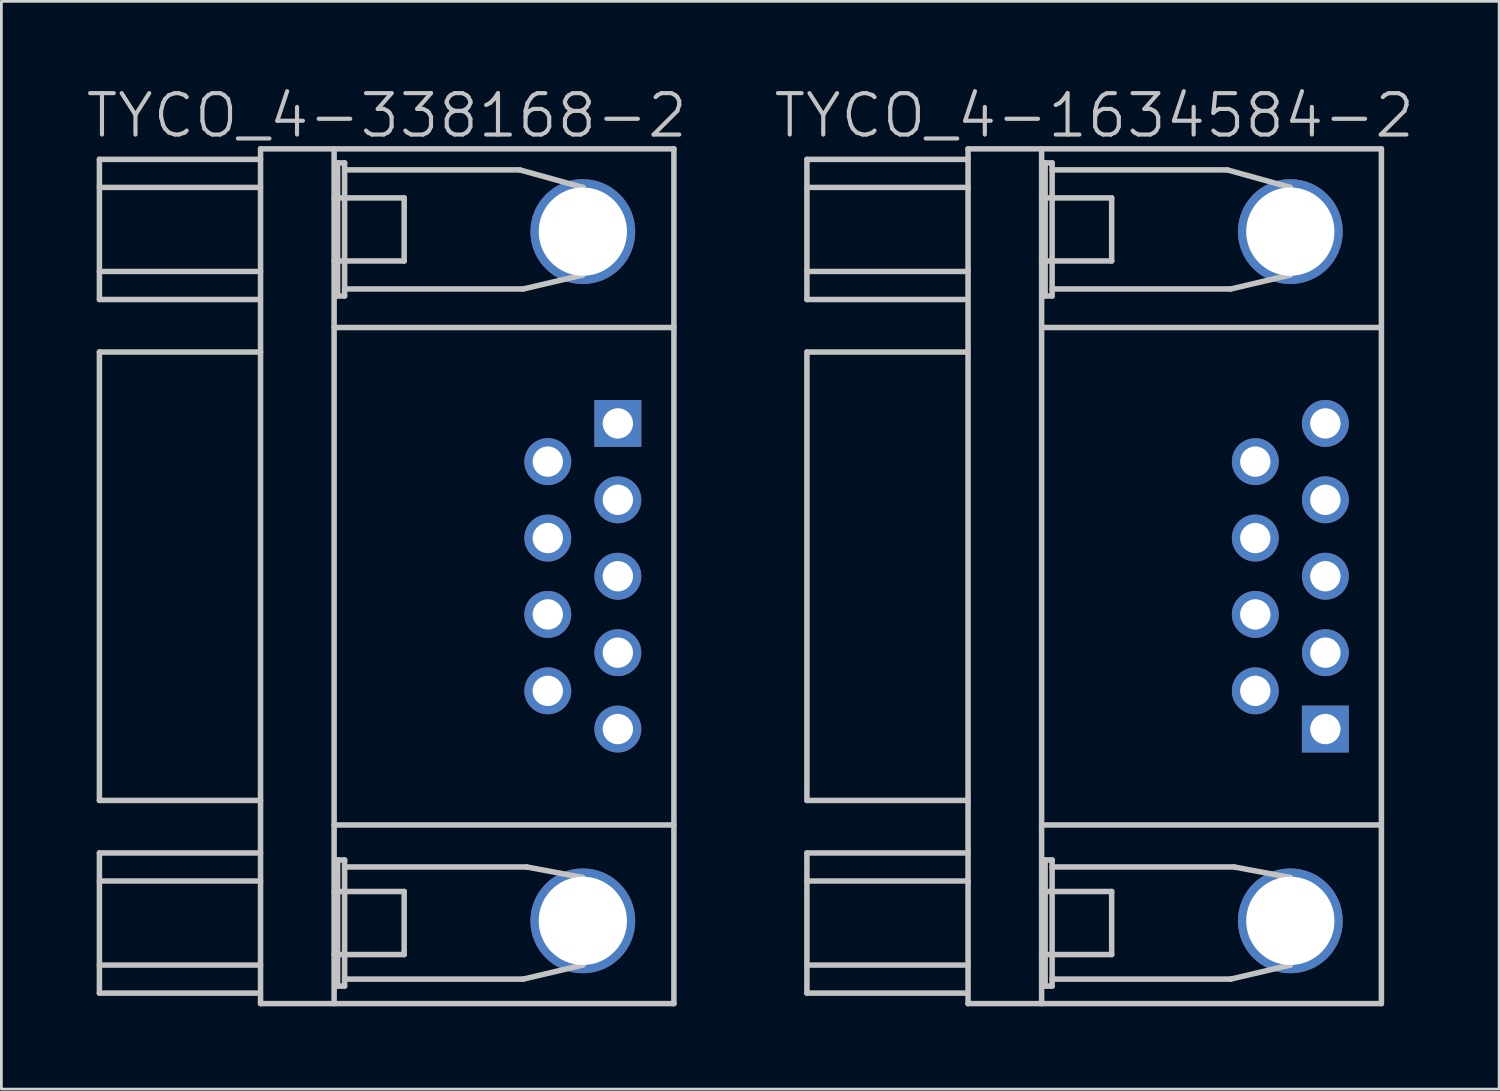
<source format=kicad_pcb>
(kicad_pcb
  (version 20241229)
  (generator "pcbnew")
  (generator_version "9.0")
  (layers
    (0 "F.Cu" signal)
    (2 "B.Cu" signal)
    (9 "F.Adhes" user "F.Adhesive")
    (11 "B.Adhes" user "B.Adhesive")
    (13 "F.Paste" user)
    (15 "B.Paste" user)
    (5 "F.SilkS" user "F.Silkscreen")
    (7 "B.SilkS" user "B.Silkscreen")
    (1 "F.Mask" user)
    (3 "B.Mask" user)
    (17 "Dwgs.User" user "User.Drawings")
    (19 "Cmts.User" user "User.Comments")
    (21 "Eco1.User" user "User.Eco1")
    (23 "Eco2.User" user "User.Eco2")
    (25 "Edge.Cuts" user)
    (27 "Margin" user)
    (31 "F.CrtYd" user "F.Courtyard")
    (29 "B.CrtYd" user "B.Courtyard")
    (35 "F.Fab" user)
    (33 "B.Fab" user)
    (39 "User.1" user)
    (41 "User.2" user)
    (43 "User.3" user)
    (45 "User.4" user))
  (footprint "TYCO_4-1634584-2"
    (layer "F.Cu")
    (at 36.618 17.841)
    (property "Reference" "TYCO_4-1634584-2" (at 0 -16.7 180) (layer "Dwgs.User") (effects (font (size 1.5 1.5) (thickness 0.15))))
    (attr through_hole)
    (fp_line (start -10.414 -15.113) (end -10.414 -10.033) (stroke (width 0.2) (type solid)) (layer "Dwgs.User"))
    (fp_line (start -10.414 -10.033) (end -4.699 -10.033) (stroke (width 0.2) (type solid)) (layer "Dwgs.User"))
    (fp_line (start -10.414 -8.128) (end -10.414 8.128) (stroke (width 0.2) (type solid)) (layer "Dwgs.User"))
    (fp_line (start -10.414 8.128) (end -4.572 8.128) (stroke (width 0.2) (type solid)) (layer "Dwgs.User"))
    (fp_line (start -10.414 10.033) (end -10.414 15.113) (stroke (width 0.2) (type solid)) (layer "Dwgs.User"))
    (fp_line (start -10.414 15.113) (end -4.699 15.113) (stroke (width 0.2) (type solid)) (layer "Dwgs.User"))
    (fp_line (start -4.572 -15.494) (end -4.572 15.494) (stroke (width 0.2) (type solid)) (layer "Dwgs.User"))
    (fp_line (start -4.572 -15.113) (end -10.414 -15.113) (stroke (width 0.2) (type solid)) (layer "Dwgs.User"))
    (fp_line (start -4.572 -14.097) (end -10.414 -14.097) (stroke (width 0.2) (type solid)) (layer "Dwgs.User"))
    (fp_line (start -4.572 -11.049) (end -10.414 -11.049) (stroke (width 0.2) (type solid)) (layer "Dwgs.User"))
    (fp_line (start -4.572 -8.128) (end -10.414 -8.128) (stroke (width 0.2) (type solid)) (layer "Dwgs.User"))
    (fp_line (start -4.572 10.033) (end -10.414 10.033) (stroke (width 0.2) (type solid)) (layer "Dwgs.User"))
    (fp_line (start -4.572 11.049) (end -10.414 11.049) (stroke (width 0.2) (type solid)) (layer "Dwgs.User"))
    (fp_line (start -4.572 14.097) (end -10.414 14.097) (stroke (width 0.2) (type solid)) (layer "Dwgs.User"))
    (fp_line (start -4.572 15.494) (end 10.414 15.494) (stroke (width 0.2) (type solid)) (layer "Dwgs.User"))
    (fp_line (start -1.905 -15.494) (end -1.905 15.494) (stroke (width 0.2) (type solid)) (layer "Dwgs.User"))
    (fp_line (start -1.905 -13.716) (end 0.635 -13.716) (stroke (width 0.2) (type solid)) (layer "Dwgs.User"))
    (fp_line (start -1.905 -9.017) (end 10.414 -9.017) (stroke (width 0.2) (type solid)) (layer "Dwgs.User"))
    (fp_line (start -1.905 9.017) (end 10.414 9.017) (stroke (width 0.2) (type solid)) (layer "Dwgs.User"))
    (fp_line (start -1.905 11.43) (end 0.635 11.43) (stroke (width 0.2) (type solid)) (layer "Dwgs.User"))
    (fp_line (start -1.778 -14.986) (end -1.778 -10.16) (stroke (width 0.2) (type solid)) (layer "Dwgs.User"))
    (fp_line (start -1.778 -10.16) (end -1.524 -10.16) (stroke (width 0.2) (type solid)) (layer "Dwgs.User"))
    (fp_line (start -1.778 10.287) (end -1.778 14.859) (stroke (width 0.2) (type solid)) (layer "Dwgs.User"))
    (fp_line (start -1.778 14.859) (end -1.524 14.859) (stroke (width 0.2) (type solid)) (layer "Dwgs.User"))
    (fp_line (start -1.524 -14.986) (end -1.778 -14.986) (stroke (width 0.2) (type solid)) (layer "Dwgs.User"))
    (fp_line (start -1.524 -14.732) (end 4.826 -14.732) (stroke (width 0.2) (type solid)) (layer "Dwgs.User"))
    (fp_line (start -1.524 -10.16) (end -1.524 -14.986) (stroke (width 0.2) (type solid)) (layer "Dwgs.User"))
    (fp_line (start -1.524 10.287) (end -1.778 10.287) (stroke (width 0.2) (type solid)) (layer "Dwgs.User"))
    (fp_line (start -1.524 10.541) (end 5.08 10.541) (stroke (width 0.2) (type solid)) (layer "Dwgs.User"))
    (fp_line (start -1.524 14.859) (end -1.524 10.287) (stroke (width 0.2) (type solid)) (layer "Dwgs.User"))
    (fp_line (start 0.635 -13.716) (end 0.635 -11.43) (stroke (width 0.2) (type solid)) (layer "Dwgs.User"))
    (fp_line (start 0.635 -11.43) (end -1.905 -11.43) (stroke (width 0.2) (type solid)) (layer "Dwgs.User"))
    (fp_line (start 0.635 11.43) (end 0.635 13.716) (stroke (width 0.2) (type solid)) (layer "Dwgs.User"))
    (fp_line (start 0.635 13.716) (end -1.905 13.716) (stroke (width 0.2) (type solid)) (layer "Dwgs.User"))
    (fp_line (start 4.826 -14.732) (end 7.112 -14.097) (stroke (width 0.2) (type solid)) (layer "Dwgs.User"))
    (fp_line (start 4.953 -10.414) (end -1.524 -10.414) (stroke (width 0.2) (type solid)) (layer "Dwgs.User"))
    (fp_line (start 4.953 14.605) (end -1.524 14.605) (stroke (width 0.2) (type solid)) (layer "Dwgs.User"))
    (fp_line (start 5.08 10.541) (end 7.112 10.922) (stroke (width 0.2) (type solid)) (layer "Dwgs.User"))
    (fp_line (start 7.112 -14.097) (end 7.112 -10.922) (stroke (width 0.2) (type solid)) (layer "Dwgs.User"))
    (fp_line (start 7.112 -10.922) (end 4.953 -10.414) (stroke (width 0.2) (type solid)) (layer "Dwgs.User"))
    (fp_line (start 7.112 10.922) (end 7.112 14.097) (stroke (width 0.2) (type solid)) (layer "Dwgs.User"))
    (fp_line (start 7.112 14.097) (end 4.953 14.605) (stroke (width 0.2) (type solid)) (layer "Dwgs.User"))
    (fp_line (start 10.414 -15.494) (end -4.572 -15.494) (stroke (width 0.2) (type solid)) (layer "Dwgs.User"))
    (fp_line (start 10.414 15.494) (end 10.414 -15.494) (stroke (width 0.2) (type solid)) (layer "Dwgs.User"))
    (pad "" thru_hole circle (at 7.112 -12.494 270) (size 3.8 3.8) (drill 3.2) (layers "*.Cu" "*.Mask"))
    (pad "" thru_hole circle (at 7.112 12.494 270) (size 3.8 3.8) (drill 3.2) (layers "*.Cu" "*.Mask"))
    (pad "1" thru_hole rect (at 8.382 5.54) (size 1.7 1.7) (drill 1.1) (layers "*.Cu" "*.Mask"))
    (pad "2" thru_hole circle (at 8.382 2.771 270) (size 1.7 1.7) (drill 1.1) (layers "*.Cu" "*.Mask"))
    (pad "3" thru_hole circle (at 8.382 0 270) (size 1.7 1.7) (drill 1.1) (layers "*.Cu" "*.Mask"))
    (pad "4" thru_hole circle (at 8.382 -2.771 270) (size 1.7 1.7) (drill 1.1) (layers "*.Cu" "*.Mask"))
    (pad "5" thru_hole circle (at 8.382 -5.54 270) (size 1.7 1.7) (drill 1.1) (layers "*.Cu" "*.Mask"))
    (pad "6" thru_hole circle (at 5.842 4.155 270) (size 1.7 1.7) (drill 1.1) (layers "*.Cu" "*.Mask"))
    (pad "7" thru_hole circle (at 5.842 1.384 270) (size 1.7 1.7) (drill 1.1) (layers "*.Cu" "*.Mask"))
    (pad "8" thru_hole circle (at 5.842 -1.384 270) (size 1.7 1.7) (drill 1.1) (layers "*.Cu" "*.Mask"))
    (pad "9" thru_hole circle (at 5.842 -4.155 270) (size 1.7 1.7) (drill 1.1) (layers "*.Cu" "*.Mask")))
  (footprint "TYCO_4-338168-2"
    (layer "F.Cu")
    (at 10.968 17.841)
    (property "Reference" "TYCO_4-338168-2" (at 0 -16.7 180) (layer "Dwgs.User") (effects (font (size 1.5 1.5) (thickness 0.15))))
    (attr through_hole)
    (fp_line (start -10.414 -15.113) (end -10.414 -10.033) (stroke (width 0.2) (type solid)) (layer "Dwgs.User"))
    (fp_line (start -10.414 -10.033) (end -4.699 -10.033) (stroke (width 0.2) (type solid)) (layer "Dwgs.User"))
    (fp_line (start -10.414 -8.128) (end -10.414 8.128) (stroke (width 0.2) (type solid)) (layer "Dwgs.User"))
    (fp_line (start -10.414 8.128) (end -4.572 8.128) (stroke (width 0.2) (type solid)) (layer "Dwgs.User"))
    (fp_line (start -10.414 10.033) (end -10.414 15.113) (stroke (width 0.2) (type solid)) (layer "Dwgs.User"))
    (fp_line (start -10.414 15.113) (end -4.699 15.113) (stroke (width 0.2) (type solid)) (layer "Dwgs.User"))
    (fp_line (start -4.572 -15.494) (end -4.572 15.494) (stroke (width 0.2) (type solid)) (layer "Dwgs.User"))
    (fp_line (start -4.572 -15.113) (end -10.414 -15.113) (stroke (width 0.2) (type solid)) (layer "Dwgs.User"))
    (fp_line (start -4.572 -14.097) (end -10.414 -14.097) (stroke (width 0.2) (type solid)) (layer "Dwgs.User"))
    (fp_line (start -4.572 -11.049) (end -10.414 -11.049) (stroke (width 0.2) (type solid)) (layer "Dwgs.User"))
    (fp_line (start -4.572 -8.128) (end -10.414 -8.128) (stroke (width 0.2) (type solid)) (layer "Dwgs.User"))
    (fp_line (start -4.572 10.033) (end -10.414 10.033) (stroke (width 0.2) (type solid)) (layer "Dwgs.User"))
    (fp_line (start -4.572 11.049) (end -10.414 11.049) (stroke (width 0.2) (type solid)) (layer "Dwgs.User"))
    (fp_line (start -4.572 14.097) (end -10.414 14.097) (stroke (width 0.2) (type solid)) (layer "Dwgs.User"))
    (fp_line (start -4.572 15.494) (end 10.414 15.494) (stroke (width 0.2) (type solid)) (layer "Dwgs.User"))
    (fp_line (start -1.905 -15.494) (end -1.905 15.494) (stroke (width 0.2) (type solid)) (layer "Dwgs.User"))
    (fp_line (start -1.905 -13.716) (end 0.635 -13.716) (stroke (width 0.2) (type solid)) (layer "Dwgs.User"))
    (fp_line (start -1.905 -9.017) (end 10.414 -9.017) (stroke (width 0.2) (type solid)) (layer "Dwgs.User"))
    (fp_line (start -1.905 9.017) (end 10.414 9.017) (stroke (width 0.2) (type solid)) (layer "Dwgs.User"))
    (fp_line (start -1.905 11.43) (end 0.635 11.43) (stroke (width 0.2) (type solid)) (layer "Dwgs.User"))
    (fp_line (start -1.778 -14.986) (end -1.778 -10.16) (stroke (width 0.2) (type solid)) (layer "Dwgs.User"))
    (fp_line (start -1.778 -10.16) (end -1.524 -10.16) (stroke (width 0.2) (type solid)) (layer "Dwgs.User"))
    (fp_line (start -1.778 10.287) (end -1.778 14.859) (stroke (width 0.2) (type solid)) (layer "Dwgs.User"))
    (fp_line (start -1.778 14.859) (end -1.524 14.859) (stroke (width 0.2) (type solid)) (layer "Dwgs.User"))
    (fp_line (start -1.524 -14.986) (end -1.778 -14.986) (stroke (width 0.2) (type solid)) (layer "Dwgs.User"))
    (fp_line (start -1.524 -14.732) (end 4.826 -14.732) (stroke (width 0.2) (type solid)) (layer "Dwgs.User"))
    (fp_line (start -1.524 -10.16) (end -1.524 -14.986) (stroke (width 0.2) (type solid)) (layer "Dwgs.User"))
    (fp_line (start -1.524 10.287) (end -1.778 10.287) (stroke (width 0.2) (type solid)) (layer "Dwgs.User"))
    (fp_line (start -1.524 10.541) (end 5.08 10.541) (stroke (width 0.2) (type solid)) (layer "Dwgs.User"))
    (fp_line (start -1.524 14.859) (end -1.524 10.287) (stroke (width 0.2) (type solid)) (layer "Dwgs.User"))
    (fp_line (start 0.635 -13.716) (end 0.635 -11.43) (stroke (width 0.2) (type solid)) (layer "Dwgs.User"))
    (fp_line (start 0.635 -11.43) (end -1.905 -11.43) (stroke (width 0.2) (type solid)) (layer "Dwgs.User"))
    (fp_line (start 0.635 11.43) (end 0.635 13.716) (stroke (width 0.2) (type solid)) (layer "Dwgs.User"))
    (fp_line (start 0.635 13.716) (end -1.905 13.716) (stroke (width 0.2) (type solid)) (layer "Dwgs.User"))
    (fp_line (start 4.826 -14.732) (end 7.112 -14.097) (stroke (width 0.2) (type solid)) (layer "Dwgs.User"))
    (fp_line (start 4.953 -10.414) (end -1.524 -10.414) (stroke (width 0.2) (type solid)) (layer "Dwgs.User"))
    (fp_line (start 4.953 14.605) (end -1.524 14.605) (stroke (width 0.2) (type solid)) (layer "Dwgs.User"))
    (fp_line (start 5.08 10.541) (end 7.112 10.922) (stroke (width 0.2) (type solid)) (layer "Dwgs.User"))
    (fp_line (start 7.112 -14.097) (end 7.112 -10.922) (stroke (width 0.2) (type solid)) (layer "Dwgs.User"))
    (fp_line (start 7.112 -10.922) (end 4.953 -10.414) (stroke (width 0.2) (type solid)) (layer "Dwgs.User"))
    (fp_line (start 7.112 10.922) (end 7.112 14.097) (stroke (width 0.2) (type solid)) (layer "Dwgs.User"))
    (fp_line (start 7.112 14.097) (end 4.953 14.605) (stroke (width 0.2) (type solid)) (layer "Dwgs.User"))
    (fp_line (start 10.414 -15.494) (end -4.572 -15.494) (stroke (width 0.2) (type solid)) (layer "Dwgs.User"))
    (fp_line (start 10.414 15.494) (end 10.414 -15.494) (stroke (width 0.2) (type solid)) (layer "Dwgs.User"))
    (pad "" thru_hole circle (at 7.112 -12.494 270) (size 3.8 3.8) (drill 3.2) (layers "*.Cu" "*.Mask"))
    (pad "" thru_hole circle (at 7.112 12.494 270) (size 3.8 3.8) (drill 3.2) (layers "*.Cu" "*.Mask"))
    (pad "1" thru_hole rect (at 8.382 -5.54) (size 1.7 1.7) (drill 1.1) (layers "*.Cu" "*.Mask"))
    (pad "2" thru_hole circle (at 8.382 -2.771) (size 1.7 1.7) (drill 1.1) (layers "*.Cu" "*.Mask"))
    (pad "3" thru_hole circle (at 8.382 0) (size 1.7 1.7) (drill 1.1) (layers "*.Cu" "*.Mask"))
    (pad "4" thru_hole circle (at 8.382 2.771) (size 1.7 1.7) (drill 1.1) (layers "*.Cu" "*.Mask"))
    (pad "5" thru_hole circle (at 8.382 5.54) (size 1.7 1.7) (drill 1.1) (layers "*.Cu" "*.Mask"))
    (pad "6" thru_hole circle (at 5.842 -4.155) (size 1.7 1.7) (drill 1.1) (layers "*.Cu" "*.Mask"))
    (pad "7" thru_hole circle (at 5.842 -1.384) (size 1.7 1.7) (drill 1.1) (layers "*.Cu" "*.Mask"))
    (pad "8" thru_hole circle (at 5.842 1.384) (size 1.7 1.7) (drill 1.1) (layers "*.Cu" "*.Mask"))
    (pad "9" thru_hole circle (at 5.842 4.155) (size 1.7 1.7) (drill 1.1) (layers "*.Cu" "*.Mask")))
  (gr_rect
    (start -3 -3)
    (end 51.3 36.435)
    (stroke (width 0.1) (type default))
    (fill no)
    (layer "Edge.Cuts")))
</source>
